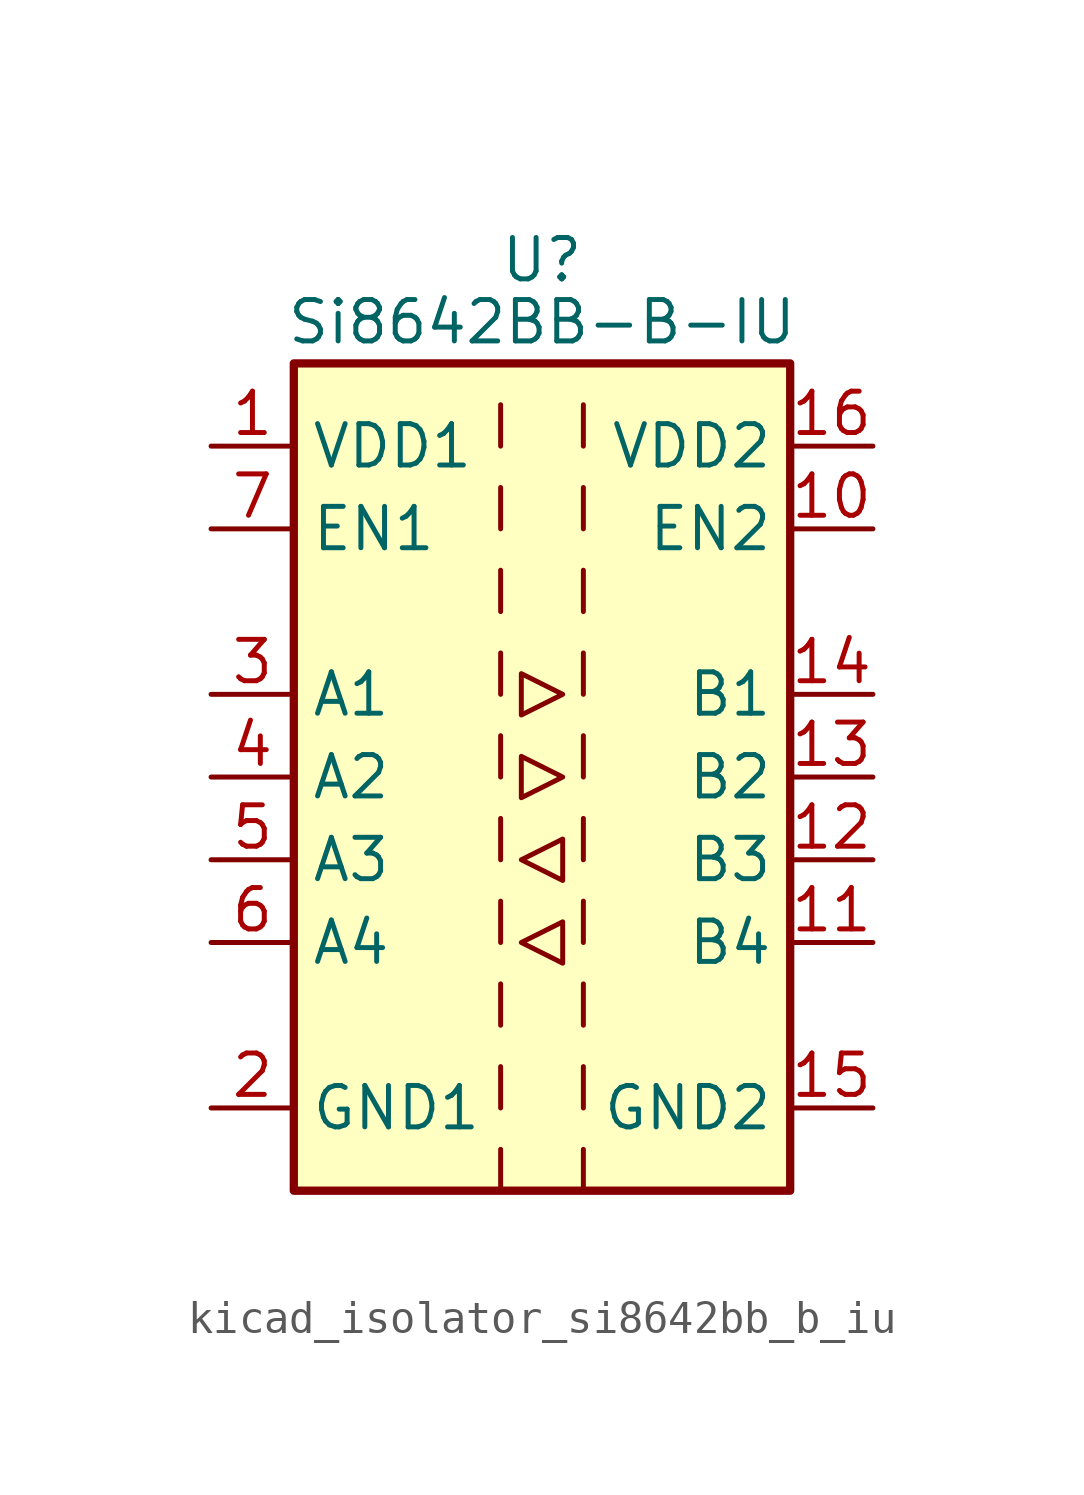
<source format=kicad_sym>
(kicad_symbol_lib
  (version 20220914)
  (generator kicad_symbol_editor)
  (symbol "kicad_isolator_si8642bb_b_iu"
    (property "Reference" "U"
      (at 0 15.875 0)
      (effects (font (size 1.27 1.27))))
    (property "Value" "Si8642BB-B-IU"
      (at 0 13.97 0)
      (effects (font (size 1.27 1.27))))
    (symbol "kicad_isolator_si8642bb_b_iu_0_1"
      (rectangle (start -7.62 12.7) (end 7.62 -12.7) (stroke (width 0.254) (type default)) (fill (type background)))
      (polyline (pts (xy -1.27 -11.43) (xy -1.27 -12.7)) (stroke (width 0) (type default)) (fill (type none)))
      (polyline (pts (xy -1.27 -8.89) (xy -1.27 -10.16)) (stroke (width 0) (type default)) (fill (type none)))
      (polyline (pts (xy -1.27 -6.35) (xy -1.27 -7.62)) (stroke (width 0) (type default)) (fill (type none)))
      (polyline (pts (xy -1.27 -3.81) (xy -1.27 -5.08)) (stroke (width 0) (type default)) (fill (type none)))
      (polyline (pts (xy -1.27 -1.27) (xy -1.27 -2.54)) (stroke (width 0) (type default)) (fill (type none)))
      (polyline (pts (xy -1.27 1.27) (xy -1.27 0)) (stroke (width 0) (type default)) (fill (type none)))
      (polyline (pts (xy -1.27 3.81) (xy -1.27 2.54)) (stroke (width 0) (type default)) (fill (type none)))
      (polyline (pts (xy -1.27 6.35) (xy -1.27 5.08)) (stroke (width 0) (type default)) (fill (type none)))
      (polyline (pts (xy -1.27 8.89) (xy -1.27 7.62)) (stroke (width 0) (type default)) (fill (type none)))
      (polyline (pts (xy -1.27 11.43) (xy -1.27 10.16)) (stroke (width 0) (type default)) (fill (type none)))
      (polyline (pts (xy 1.27 -11.43) (xy 1.27 -12.7)) (stroke (width 0) (type default)) (fill (type none)))
      (polyline (pts (xy 1.27 -8.89) (xy 1.27 -10.16)) (stroke (width 0) (type default)) (fill (type none)))
      (polyline (pts (xy 1.27 -6.35) (xy 1.27 -7.62)) (stroke (width 0) (type default)) (fill (type none)))
      (polyline (pts (xy 1.27 -3.81) (xy 1.27 -5.08)) (stroke (width 0) (type default)) (fill (type none)))
      (polyline (pts (xy 1.27 -1.27) (xy 1.27 -2.54)) (stroke (width 0) (type default)) (fill (type none)))
      (polyline (pts (xy 1.27 1.27) (xy 1.27 0)) (stroke (width 0) (type default)) (fill (type none)))
      (polyline (pts (xy 1.27 3.81) (xy 1.27 2.54)) (stroke (width 0) (type default)) (fill (type none)))
      (polyline (pts (xy 1.27 6.35) (xy 1.27 5.08)) (stroke (width 0) (type default)) (fill (type none)))
      (polyline (pts (xy 1.27 8.89) (xy 1.27 7.62)) (stroke (width 0) (type default)) (fill (type none)))
      (polyline (pts (xy 1.27 11.43) (xy 1.27 10.16)) (stroke (width 0) (type default)) (fill (type none)))
      (polyline (pts (xy -0.635 -5.08) (xy 0.635 -4.445) (xy 0.635 -5.715) (xy -0.635 -5.08)) (stroke (width 0) (type default)) (fill (type none)))
      (polyline (pts (xy -0.635 -2.54) (xy 0.635 -1.905) (xy 0.635 -3.175) (xy -0.635 -2.54)) (stroke (width 0) (type default)) (fill (type none)))
      (polyline (pts (xy -0.635 0.635) (xy -0.635 -0.635) (xy 0.635 0) (xy -0.635 0.635)) (stroke (width 0) (type default)) (fill (type none)))
      (polyline (pts (xy -0.635 3.175) (xy -0.635 1.905) (xy 0.635 2.54) (xy -0.635 3.175)) (stroke (width 0) (type default)) (fill (type none))))
    (symbol "kicad_isolator_si8642bb_b_iu_1_1"
      (pin power_in line (at -10.16 10.16 0) (length 2.54) (name "VDD1" (effects (font (size 1.27 1.27)))) (number "1" (effects (font (size 1.27 1.27)))))
      (pin input line (at 10.16 7.62 180) (length 2.54) (name "EN2" (effects (font (size 1.27 1.27)))) (number "10" (effects (font (size 1.27 1.27)))))
      (pin input line (at 10.16 -5.08 180) (length 2.54) (name "B4" (effects (font (size 1.27 1.27)))) (number "11" (effects (font (size 1.27 1.27)))))
      (pin input line (at 10.16 -2.54 180) (length 2.54) (name "B3" (effects (font (size 1.27 1.27)))) (number "12" (effects (font (size 1.27 1.27)))))
      (pin output line (at 10.16 0 180) (length 2.54) (name "B2" (effects (font (size 1.27 1.27)))) (number "13" (effects (font (size 1.27 1.27)))))
      (pin output line (at 10.16 2.54 180) (length 2.54) (name "B1" (effects (font (size 1.27 1.27)))) (number "14" (effects (font (size 1.27 1.27)))))
      (pin power_in line (at 10.16 -10.16 180) (length 2.54) (name "GND2" (effects (font (size 1.27 1.27)))) (number "15" (effects (font (size 1.27 1.27)))))
      (pin power_in line (at 10.16 10.16 180) (length 2.54) (name "VDD2" (effects (font (size 1.27 1.27)))) (number "16" (effects (font (size 1.27 1.27)))))
      (pin power_in line (at -10.16 -10.16 0) (length 2.54) (name "GND1" (effects (font (size 1.27 1.27)))) (number "2" (effects (font (size 1.27 1.27)))))
      (pin input line (at -10.16 2.54 0) (length 2.54) (name "A1" (effects (font (size 1.27 1.27)))) (number "3" (effects (font (size 1.27 1.27)))))
      (pin input line (at -10.16 0 0) (length 2.54) (name "A2" (effects (font (size 1.27 1.27)))) (number "4" (effects (font (size 1.27 1.27)))))
      (pin output line (at -10.16 -2.54 0) (length 2.54) (name "A3" (effects (font (size 1.27 1.27)))) (number "5" (effects (font (size 1.27 1.27)))))
      (pin output line (at -10.16 -5.08 0) (length 2.54) (name "A4" (effects (font (size 1.27 1.27)))) (number "6" (effects (font (size 1.27 1.27)))))
      (pin input line (at -10.16 7.62 0) (length 2.54) (name "EN1" (effects (font (size 1.27 1.27)))) (number "7" (effects (font (size 1.27 1.27)))))
      (pin passive line (at -10.16 -10.16 0) (length 2.54) hide (name "GND1" (effects (font (size 1.27 1.27)))) (number "8" (effects (font (size 1.27 1.27)))))
      (pin passive line (at 10.16 -10.16 180) (length 2.54) hide (name "GND2" (effects (font (size 1.27 1.27)))) (number "9" (effects (font (size 1.27 1.27))))))))
</source>
